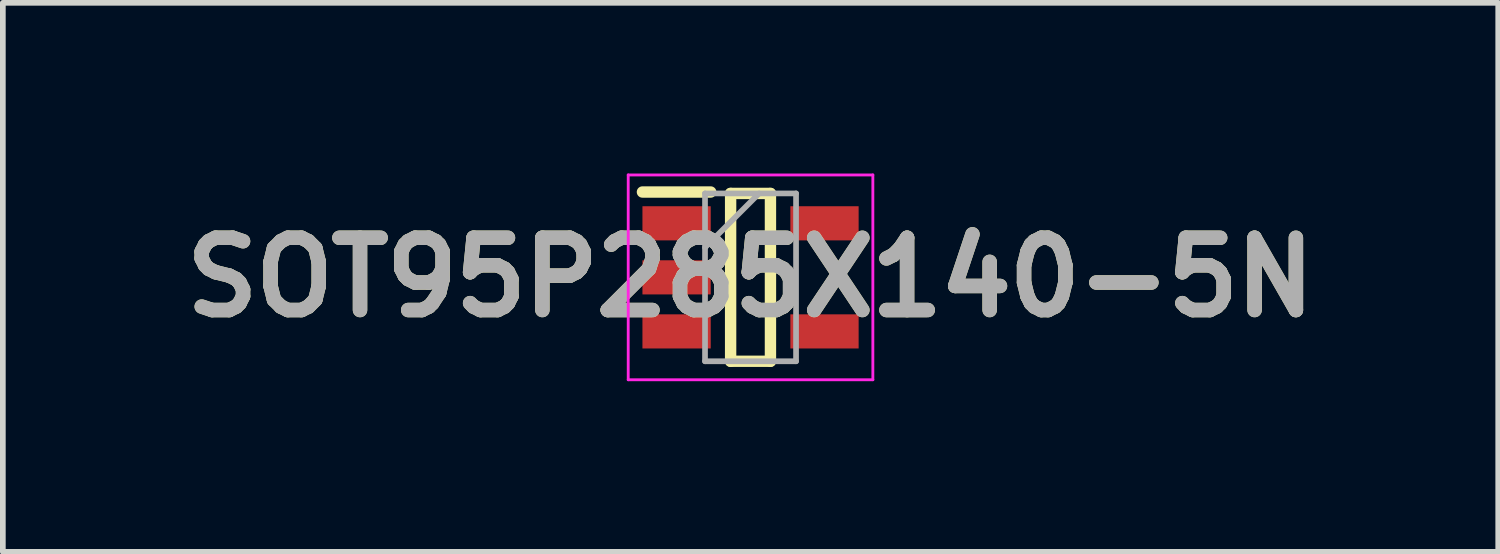
<source format=kicad_pcb>
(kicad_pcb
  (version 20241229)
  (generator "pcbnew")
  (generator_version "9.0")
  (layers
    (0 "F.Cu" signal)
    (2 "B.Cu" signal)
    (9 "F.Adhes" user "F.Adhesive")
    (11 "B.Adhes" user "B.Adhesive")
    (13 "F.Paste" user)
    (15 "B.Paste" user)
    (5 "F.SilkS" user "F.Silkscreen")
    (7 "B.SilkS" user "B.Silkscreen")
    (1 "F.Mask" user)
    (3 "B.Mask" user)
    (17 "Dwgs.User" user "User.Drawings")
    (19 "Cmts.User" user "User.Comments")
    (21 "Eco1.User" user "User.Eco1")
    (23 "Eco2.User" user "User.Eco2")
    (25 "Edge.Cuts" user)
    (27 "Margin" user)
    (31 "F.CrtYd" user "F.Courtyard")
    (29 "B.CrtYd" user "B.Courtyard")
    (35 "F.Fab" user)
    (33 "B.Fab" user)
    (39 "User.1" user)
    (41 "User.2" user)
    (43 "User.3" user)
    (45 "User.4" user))
  (footprint "SOT95P285X140-5N"
    (layer "F.Cu")
    (at 10.142 1.825)
    (property "Reference" "SOT95P285X140-5N" (at 0 0 0) (layer "F.SilkS") (effects (font (size 1.27 1.27) (thickness 0.254))))
    (attr smd)
    (fp_line (start -1.9 -1.5) (end -0.7 -1.5) (stroke (width 0.2) (type solid)) (layer "F.SilkS"))
    (fp_line (start -0.35 -1.475) (end 0.35 -1.475) (stroke (width 0.2) (type solid)) (layer "F.SilkS"))
    (fp_line (start -0.35 1.475) (end -0.35 -1.475) (stroke (width 0.2) (type solid)) (layer "F.SilkS"))
    (fp_line (start 0.35 -1.475) (end 0.35 1.475) (stroke (width 0.2) (type solid)) (layer "F.SilkS"))
    (fp_line (start 0.35 1.475) (end -0.35 1.475) (stroke (width 0.2) (type solid)) (layer "F.SilkS"))
    (fp_line (start -2.15 -1.8) (end 2.15 -1.8) (stroke (width 0.05) (type solid)) (layer "F.CrtYd"))
    (fp_line (start -2.15 1.8) (end -2.15 -1.8) (stroke (width 0.05) (type solid)) (layer "F.CrtYd"))
    (fp_line (start 2.15 -1.8) (end 2.15 1.8) (stroke (width 0.05) (type solid)) (layer "F.CrtYd"))
    (fp_line (start 2.15 1.8) (end -2.15 1.8) (stroke (width 0.05) (type solid)) (layer "F.CrtYd"))
    (fp_line (start -0.8 -1.475) (end 0.8 -1.475) (stroke (width 0.1) (type solid)) (layer "F.Fab"))
    (fp_line (start -0.8 -0.525) (end 0.15 -1.475) (stroke (width 0.1) (type solid)) (layer "F.Fab"))
    (fp_line (start -0.8 1.475) (end -0.8 -1.475) (stroke (width 0.1) (type solid)) (layer "F.Fab"))
    (fp_line (start 0.8 -1.475) (end 0.8 1.475) (stroke (width 0.1) (type solid)) (layer "F.Fab"))
    (fp_line (start 0.8 1.475) (end -0.8 1.475) (stroke (width 0.1) (type solid)) (layer "F.Fab"))
    (fp_text user "${REFERENCE}" (at 0 0 0) (layer "F.Fab") (effects (font (size 1.27 1.27) (thickness 0.254))))
    (pad "1" smd rect (at -1.3 -0.95 90) (size 0.6 1.2) (layers "F.Cu" "F.Mask" "F.Paste"))
    (pad "2" smd rect (at -1.3 0 90) (size 0.6 1.2) (layers "F.Cu" "F.Mask" "F.Paste"))
    (pad "3" smd rect (at -1.3 0.95 90) (size 0.6 1.2) (layers "F.Cu" "F.Mask" "F.Paste"))
    (pad "4" smd rect (at 1.3 0.95 90) (size 0.6 1.2) (layers "F.Cu" "F.Mask" "F.Paste"))
    (pad "5" smd rect (at 1.3 -0.95 90) (size 0.6 1.2) (layers "F.Cu" "F.Mask" "F.Paste")))
  (gr_rect
    (start -3 -3)
    (end 23.284 6.65)
    (stroke (width 0.1) (type default))
    (fill no)
    (layer "Edge.Cuts")))
</source>
